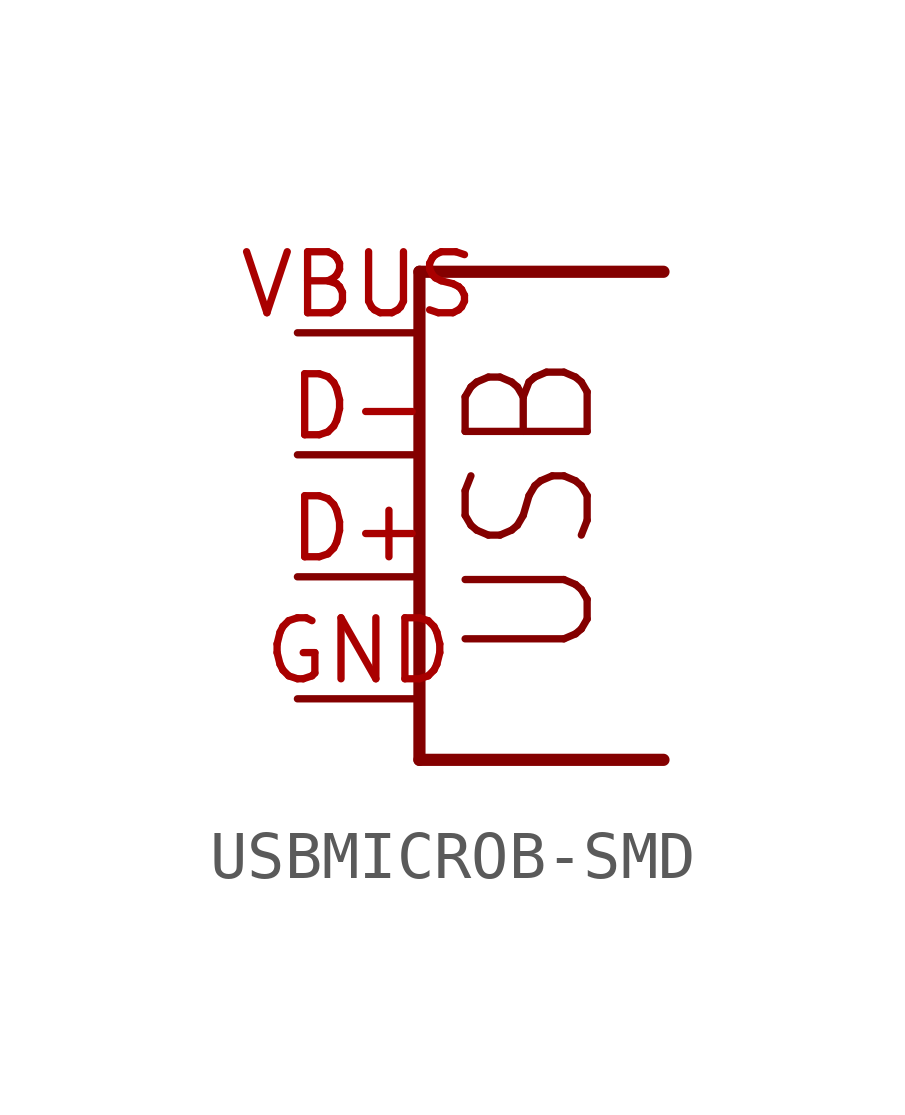
<source format=kicad_sym>
(kicad_symbol_lib
  (version 20211014)
  (generator kicad_symbol_editor)
  (symbol "USBMICROB-SMD"
    (property "Reference" "USB"
      (at 0 0 0)
      (effects (font (size 1.27 1.27)) hide))
    (property "ki_locked" ""
      (at 0 0 0)
      (effects (font (size 1.27 1.27))))
    (symbol "USBMICROB-SMD_1_0"
      (polyline (pts (xy -3.81 -5.08) (xy 1.27 -5.08)) (stroke (width 0.254) (type default) (color 0 0 0 0)) (fill (type none)))
      (polyline (pts (xy -3.81 5.08) (xy -3.81 -5.08)) (stroke (width 0.254) (type default) (color 0 0 0 0)) (fill (type none)))
      (polyline (pts (xy 1.27 5.08) (xy -3.81 5.08)) (stroke (width 0.254) (type default) (color 0 0 0 0)) (fill (type none)))
      (text "USB" (at 0 -3.175 900) (effects (font (size 2.54 2.159)) (justify left bottom)))
      (pin bidirectional line (at -6.35 -1.27 0) (length 2.54) (name "D+" (effects (font (size 0 0)))) (number "D+" (effects (font (size 1.27 1.27)))))
      (pin bidirectional line (at -6.35 1.27 0) (length 2.54) (name "D-" (effects (font (size 0 0)))) (number "D-" (effects (font (size 1.27 1.27)))))
      (pin bidirectional line (at -6.35 -3.81 0) (length 2.54) (name "GND" (effects (font (size 0 0)))) (number "GND" (effects (font (size 1.27 1.27)))))
      (pin bidirectional line (at -6.35 3.81 0) (length 2.54) (name "VBUS" (effects (font (size 0 0)))) (number "VBUS" (effects (font (size 1.27 1.27))))))))
</source>
